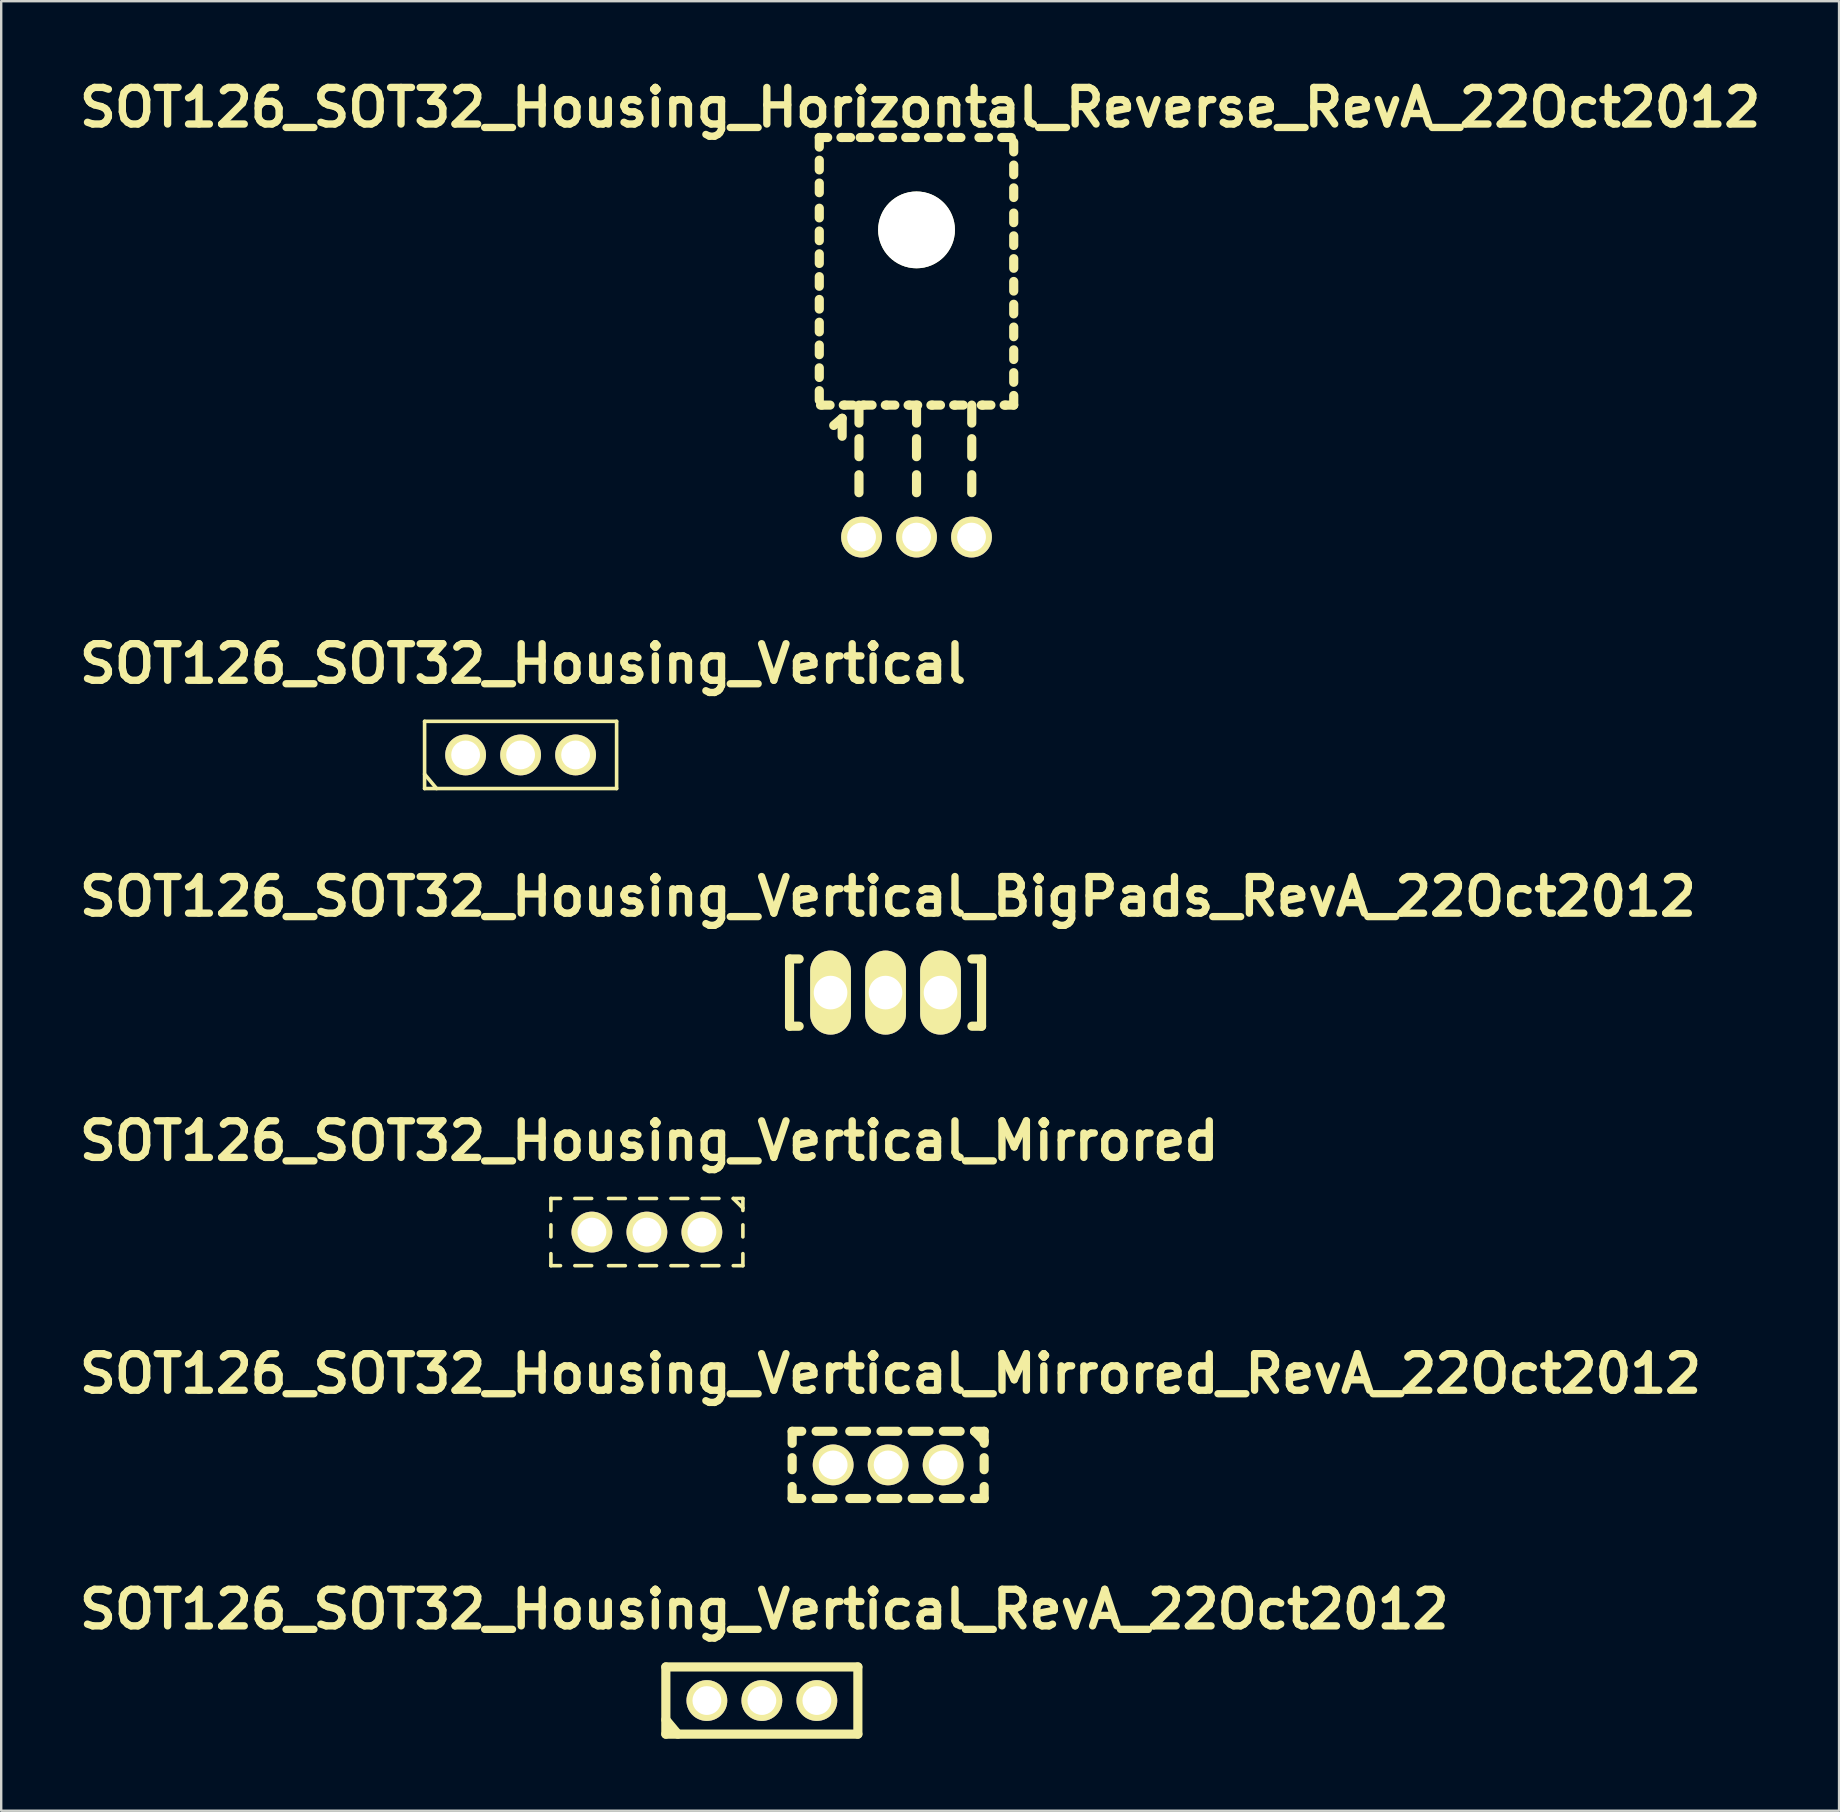
<source format=kicad_pcb>
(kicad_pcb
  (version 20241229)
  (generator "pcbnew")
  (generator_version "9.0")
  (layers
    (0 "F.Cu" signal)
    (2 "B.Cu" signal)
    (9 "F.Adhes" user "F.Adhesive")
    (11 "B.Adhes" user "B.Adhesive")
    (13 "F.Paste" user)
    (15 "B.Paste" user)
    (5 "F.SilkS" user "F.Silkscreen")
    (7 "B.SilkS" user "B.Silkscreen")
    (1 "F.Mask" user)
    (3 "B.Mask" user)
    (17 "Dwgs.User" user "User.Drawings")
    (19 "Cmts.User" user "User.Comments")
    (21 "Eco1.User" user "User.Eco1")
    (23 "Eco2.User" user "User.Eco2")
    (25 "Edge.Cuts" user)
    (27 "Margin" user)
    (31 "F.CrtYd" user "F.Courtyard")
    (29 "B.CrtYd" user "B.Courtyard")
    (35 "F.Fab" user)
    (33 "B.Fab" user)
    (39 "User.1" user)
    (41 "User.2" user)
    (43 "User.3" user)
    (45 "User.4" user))
  (footprint "SOT126_SOT32_Housing_Horizontal_Reverse_RevA_22Oct2012"
    (layer "F.Cu")
    (at 35.134 19.326)
    (property "Reference" "SOT126_SOT32_Housing_Horizontal_Reverse_RevA_22Oct2012" (at 0.15 -17.899 0) (layer "F.SilkS") (effects (font (size 1.524 1.524) (thickness 0.305))))
    (attr through_hole)
    (fp_line (start -4.051 -16.248) (end -4.051 -16.65) (stroke (width 0.381) (type solid)) (layer "F.SilkS"))
    (fp_line (start -4.051 -15.298) (end -4.051 -15.7) (stroke (width 0.381) (type solid)) (layer "F.SilkS"))
    (fp_line (start -4.051 -14.348) (end -4.051 -14.75) (stroke (width 0.381) (type solid)) (layer "F.SilkS"))
    (fp_line (start -4.051 -13.299) (end -4.051 -13.701) (stroke (width 0.381) (type solid)) (layer "F.SilkS"))
    (fp_line (start -4.051 -12.349) (end -4.051 -12.751) (stroke (width 0.381) (type solid)) (layer "F.SilkS"))
    (fp_line (start -4.051 -11.4) (end -4.051 -11.801) (stroke (width 0.381) (type solid)) (layer "F.SilkS"))
    (fp_line (start -4.051 -10.45) (end -4.051 -10.851) (stroke (width 0.381) (type solid)) (layer "F.SilkS"))
    (fp_line (start -4.051 -9.5) (end -4.051 -9.901) (stroke (width 0.381) (type solid)) (layer "F.SilkS"))
    (fp_line (start -4.051 -8.55) (end -4.051 -8.951) (stroke (width 0.381) (type solid)) (layer "F.SilkS"))
    (fp_line (start -4.051 -7.6) (end -4.051 -8.001) (stroke (width 0.381) (type solid)) (layer "F.SilkS"))
    (fp_line (start -4.051 -6.65) (end -4.051 -7.051) (stroke (width 0.381) (type solid)) (layer "F.SilkS"))
    (fp_line (start -4.051 -5.7) (end -4.051 -6.101) (stroke (width 0.381) (type solid)) (layer "F.SilkS"))
    (fp_line (start -3.95 -5.499) (end -4 -5.499) (stroke (width 0.381) (type solid)) (layer "F.SilkS"))
    (fp_line (start -3.701 -16.647) (end -4.049 -16.647) (stroke (width 0.381) (type solid)) (layer "F.SilkS"))
    (fp_line (start -3.602 -5.499) (end -3.95 -5.499) (stroke (width 0.381) (type solid)) (layer "F.SilkS"))
    (fp_line (start -3.449 -4.651) (end -3.099 -4.95) (stroke (width 0.381) (type solid)) (layer "F.SilkS"))
    (fp_line (start -3.099 -16.647) (end -3.15 -16.647) (stroke (width 0.381) (type solid)) (layer "F.SilkS"))
    (fp_line (start -3.099 -4.95) (end -3.099 -4.201) (stroke (width 0.381) (type solid)) (layer "F.SilkS"))
    (fp_line (start -3 -5.499) (end -3.051 -5.499) (stroke (width 0.381) (type solid)) (layer "F.SilkS"))
    (fp_line (start -2.751 -16.647) (end -3.099 -16.647) (stroke (width 0.381) (type solid)) (layer "F.SilkS"))
    (fp_line (start -2.652 -5.499) (end -3 -5.499) (stroke (width 0.381) (type solid)) (layer "F.SilkS"))
    (fp_line (start -2.398 -5.499) (end -2.398 -4.75) (stroke (width 0.381) (type solid)) (layer "F.SilkS"))
    (fp_line (start -2.398 -4.1) (end -2.398 -3.35) (stroke (width 0.381) (type solid)) (layer "F.SilkS"))
    (fp_line (start -2.398 -2.598) (end -2.398 -1.849) (stroke (width 0.381) (type solid)) (layer "F.SilkS"))
    (fp_line (start -2.299 -16.647) (end -2.349 -16.647) (stroke (width 0.381) (type solid)) (layer "F.SilkS"))
    (fp_line (start -2.2 -5.499) (end -2.25 -5.499) (stroke (width 0.381) (type solid)) (layer "F.SilkS"))
    (fp_line (start -1.951 -16.647) (end -2.299 -16.647) (stroke (width 0.381) (type solid)) (layer "F.SilkS"))
    (fp_line (start -1.852 -5.499) (end -2.2 -5.499) (stroke (width 0.381) (type solid)) (layer "F.SilkS"))
    (fp_line (start -1.349 -16.647) (end -1.4 -16.647) (stroke (width 0.381) (type solid)) (layer "F.SilkS"))
    (fp_line (start -1.25 -5.499) (end -1.3 -5.499) (stroke (width 0.381) (type solid)) (layer "F.SilkS"))
    (fp_line (start -1.001 -16.647) (end -1.349 -16.647) (stroke (width 0.381) (type solid)) (layer "F.SilkS"))
    (fp_line (start -0.902 -5.499) (end -1.25 -5.499) (stroke (width 0.381) (type solid)) (layer "F.SilkS"))
    (fp_line (start -0.399 -16.647) (end -0.45 -16.647) (stroke (width 0.381) (type solid)) (layer "F.SilkS"))
    (fp_line (start -0.3 -5.499) (end -0.351 -5.499) (stroke (width 0.381) (type solid)) (layer "F.SilkS"))
    (fp_line (start -0.051 -16.647) (end -0.399 -16.647) (stroke (width 0.381) (type solid)) (layer "F.SilkS"))
    (fp_line (start 0 -5.499) (end 0 -4.75) (stroke (width 0.381) (type solid)) (layer "F.SilkS"))
    (fp_line (start 0 -4.1) (end 0 -3.35) (stroke (width 0.381) (type solid)) (layer "F.SilkS"))
    (fp_line (start 0 -2.598) (end 0 -1.849) (stroke (width 0.381) (type solid)) (layer "F.SilkS"))
    (fp_line (start 0.048 -5.499) (end -0.3 -5.499) (stroke (width 0.381) (type solid)) (layer "F.SilkS"))
    (fp_line (start 0.551 -16.647) (end 0.5 -16.647) (stroke (width 0.381) (type solid)) (layer "F.SilkS"))
    (fp_line (start 0.65 -5.499) (end 0.599 -5.499) (stroke (width 0.381) (type solid)) (layer "F.SilkS"))
    (fp_line (start 0.899 -16.647) (end 0.551 -16.647) (stroke (width 0.381) (type solid)) (layer "F.SilkS"))
    (fp_line (start 0.998 -5.499) (end 0.65 -5.499) (stroke (width 0.381) (type solid)) (layer "F.SilkS"))
    (fp_line (start 1.501 -16.647) (end 1.45 -16.647) (stroke (width 0.381) (type solid)) (layer "F.SilkS"))
    (fp_line (start 1.6 -5.499) (end 1.549 -5.499) (stroke (width 0.381) (type solid)) (layer "F.SilkS"))
    (fp_line (start 1.849 -16.647) (end 1.501 -16.647) (stroke (width 0.381) (type solid)) (layer "F.SilkS"))
    (fp_line (start 1.948 -5.499) (end 1.6 -5.499) (stroke (width 0.381) (type solid)) (layer "F.SilkS"))
    (fp_line (start 2.301 -5.499) (end 2.301 -4.75) (stroke (width 0.381) (type solid)) (layer "F.SilkS"))
    (fp_line (start 2.301 -4.1) (end 2.301 -3.35) (stroke (width 0.381) (type solid)) (layer "F.SilkS"))
    (fp_line (start 2.301 -2.598) (end 2.301 -1.849) (stroke (width 0.381) (type solid)) (layer "F.SilkS"))
    (fp_line (start 2.652 -16.647) (end 2.601 -16.647) (stroke (width 0.381) (type solid)) (layer "F.SilkS"))
    (fp_line (start 2.751 -5.499) (end 2.7 -5.499) (stroke (width 0.381) (type solid)) (layer "F.SilkS"))
    (fp_line (start 3 -16.647) (end 2.652 -16.647) (stroke (width 0.381) (type solid)) (layer "F.SilkS"))
    (fp_line (start 3.099 -5.499) (end 2.751 -5.499) (stroke (width 0.381) (type solid)) (layer "F.SilkS"))
    (fp_line (start 3.602 -16.647) (end 3.551 -16.647) (stroke (width 0.381) (type solid)) (layer "F.SilkS"))
    (fp_line (start 3.701 -5.499) (end 3.65 -5.499) (stroke (width 0.381) (type solid)) (layer "F.SilkS"))
    (fp_line (start 3.95 -16.647) (end 3.602 -16.647) (stroke (width 0.381) (type solid)) (layer "F.SilkS"))
    (fp_line (start 4.049 -16.048) (end 4.049 -16.449) (stroke (width 0.381) (type solid)) (layer "F.SilkS"))
    (fp_line (start 4.049 -15.098) (end 4.049 -15.499) (stroke (width 0.381) (type solid)) (layer "F.SilkS"))
    (fp_line (start 4.049 -14.148) (end 4.049 -14.549) (stroke (width 0.381) (type solid)) (layer "F.SilkS"))
    (fp_line (start 4.049 -13.099) (end 4.049 -13.5) (stroke (width 0.381) (type solid)) (layer "F.SilkS"))
    (fp_line (start 4.049 -12.149) (end 4.049 -12.55) (stroke (width 0.381) (type solid)) (layer "F.SilkS"))
    (fp_line (start 4.049 -11.199) (end 4.049 -11.6) (stroke (width 0.381) (type solid)) (layer "F.SilkS"))
    (fp_line (start 4.049 -10.249) (end 4.049 -10.65) (stroke (width 0.381) (type solid)) (layer "F.SilkS"))
    (fp_line (start 4.049 -9.299) (end 4.049 -9.7) (stroke (width 0.381) (type solid)) (layer "F.SilkS"))
    (fp_line (start 4.049 -8.349) (end 4.049 -8.75) (stroke (width 0.381) (type solid)) (layer "F.SilkS"))
    (fp_line (start 4.049 -7.399) (end 4.049 -7.8) (stroke (width 0.381) (type solid)) (layer "F.SilkS"))
    (fp_line (start 4.049 -6.449) (end 4.049 -6.85) (stroke (width 0.381) (type solid)) (layer "F.SilkS"))
    (fp_line (start 4.049 -5.499) (end 3.701 -5.499) (stroke (width 0.381) (type solid)) (layer "F.SilkS"))
    (fp_line (start 4.049 -5.499) (end 4.049 -5.9) (stroke (width 0.381) (type solid)) (layer "F.SilkS"))
    (pad "" np_thru_hole circle (at 0 -12.799) (size 3.2 3.2) (drill 3.2) (layers "*.Cu" "*.Mask" "F.SilkS"))
    (pad "1" thru_hole circle (at -2.291 0) (size 1.699 1.699) (drill 1.199) (layers "*.Cu" "*.Mask" "F.SilkS"))
    (pad "2" thru_hole circle (at 0 0) (size 1.699 1.699) (drill 1.199) (layers "*.Cu" "*.Mask" "F.SilkS"))
    (pad "3" thru_hole circle (at 2.291 0) (size 1.699 1.699) (drill 1.199) (layers "*.Cu" "*.Mask" "F.SilkS")))
  (footprint "SOT126_SOT32_Housing_Vertical"
    (layer "F.Cu")
    (at 18.639 28.402)
    (property "Reference" "SOT126_SOT32_Housing_Vertical" (at 0.099 -3.8 0) (layer "F.SilkS") (effects (font (size 1.524 1.524) (thickness 0.305))))
    (attr through_hole)
    (fp_line (start -4 -1.4) (end -4 1.4) (stroke (width 0.15) (type solid)) (layer "F.SilkS"))
    (fp_line (start -4 -1.4) (end 4 -1.4) (stroke (width 0.15) (type solid)) (layer "F.SilkS"))
    (fp_line (start -4 0.8) (end -3.5 1.4) (stroke (width 0.15) (type solid)) (layer "F.SilkS"))
    (fp_line (start -4 1.4) (end 4 1.4) (stroke (width 0.15) (type solid)) (layer "F.SilkS"))
    (fp_line (start 4 -1.4) (end 4 1.4) (stroke (width 0.15) (type solid)) (layer "F.SilkS"))
    (pad "1" thru_hole circle (at -2.291 0) (size 1.699 1.699) (drill 1.199) (layers "*.Cu" "*.Mask" "F.SilkS"))
    (pad "2" thru_hole circle (at 0 0) (size 1.699 1.699) (drill 1.199) (layers "*.Cu" "*.Mask" "F.SilkS"))
    (pad "3" thru_hole circle (at 2.291 0) (size 1.699 1.699) (drill 1.199) (layers "*.Cu" "*.Mask" "F.SilkS")))
  (footprint "SOT126_SOT32_Housing_Vertical_BigPads_RevA_22Oct2012"
    (layer "F.Cu")
    (at 33.843 38.303)
    (property "Reference" "SOT126_SOT32_Housing_Vertical_BigPads_RevA_22Oct2012" (at 0.099 -4 0) (layer "F.SilkS") (effects (font (size 1.524 1.524) (thickness 0.305))))
    (attr through_hole)
    (fp_line (start -4 -1.4) (end -4 1.4) (stroke (width 0.381) (type solid)) (layer "F.SilkS"))
    (fp_line (start -4 -1.4) (end -3.599 -1.4) (stroke (width 0.381) (type solid)) (layer "F.SilkS"))
    (fp_line (start -4 1.4) (end -3.599 1.4) (stroke (width 0.381) (type solid)) (layer "F.SilkS"))
    (fp_line (start 4 -1.4) (end 3.599 -1.4) (stroke (width 0.381) (type solid)) (layer "F.SilkS"))
    (fp_line (start 4 -1.4) (end 4 1.4) (stroke (width 0.381) (type solid)) (layer "F.SilkS"))
    (fp_line (start 4 1.4) (end 3.599 1.4) (stroke (width 0.381) (type solid)) (layer "F.SilkS"))
    (pad "1" thru_hole oval (at -2.291 0) (size 1.699 3.5) (drill 1.4) (layers "*.Cu" "*.Mask" "F.SilkS"))
    (pad "2" thru_hole oval (at 0 0) (size 1.699 3.5) (drill 1.4) (layers "*.Cu" "*.Mask" "F.SilkS"))
    (pad "3" thru_hole oval (at 2.291 0) (size 1.699 3.5) (drill 1.4) (layers "*.Cu" "*.Mask" "F.SilkS")))
  (footprint "SOT126_SOT32_Housing_Vertical_Mirrored"
    (layer "F.Cu")
    (at 23.9 48.28)
    (property "Reference" "SOT126_SOT32_Housing_Vertical_Mirrored" (at 0.099 -3.8 0) (layer "F.SilkS") (effects (font (size 1.524 1.524) (thickness 0.305))))
    (attr through_hole)
    (fp_line (start -4 -1.4) (end -3.599 -1.4) (stroke (width 0.15) (type solid)) (layer "F.SilkS"))
    (fp_line (start -4 1.4) (end -3.599 1.4) (stroke (width 0.15) (type solid)) (layer "F.SilkS"))
    (fp_line (start -3.998 -1.4) (end -3.998 -0.899) (stroke (width 0.15) (type solid)) (layer "F.SilkS"))
    (fp_line (start -3.998 -0.3) (end -3.998 0.201) (stroke (width 0.15) (type solid)) (layer "F.SilkS"))
    (fp_line (start -3.998 1.4) (end -3.998 0.899) (stroke (width 0.15) (type solid)) (layer "F.SilkS"))
    (fp_line (start -3 -1.4) (end -2.301 -1.4) (stroke (width 0.15) (type solid)) (layer "F.SilkS"))
    (fp_line (start -3 1.4) (end -2.301 1.4) (stroke (width 0.15) (type solid)) (layer "F.SilkS"))
    (fp_line (start -0.899 -1.4) (end -1.598 -1.4) (stroke (width 0.15) (type solid)) (layer "F.SilkS"))
    (fp_line (start -0.899 1.4) (end -1.598 1.4) (stroke (width 0.15) (type solid)) (layer "F.SilkS"))
    (fp_line (start 0.401 -1.4) (end -0.297 -1.4) (stroke (width 0.15) (type solid)) (layer "F.SilkS"))
    (fp_line (start 0.401 1.4) (end -0.297 1.4) (stroke (width 0.15) (type solid)) (layer "F.SilkS"))
    (fp_line (start 1.702 -1.4) (end 1.003 -1.4) (stroke (width 0.15) (type solid)) (layer "F.SilkS"))
    (fp_line (start 1.702 1.4) (end 1.003 1.4) (stroke (width 0.15) (type solid)) (layer "F.SilkS"))
    (fp_line (start 3 -1.4) (end 2.301 -1.4) (stroke (width 0.15) (type solid)) (layer "F.SilkS"))
    (fp_line (start 3 1.4) (end 2.301 1.4) (stroke (width 0.15) (type solid)) (layer "F.SilkS"))
    (fp_line (start 3.599 -1.4) (end 4 -1.001) (stroke (width 0.15) (type solid)) (layer "F.SilkS"))
    (fp_line (start 4 -1.4) (end 3.599 -1.4) (stroke (width 0.15) (type solid)) (layer "F.SilkS"))
    (fp_line (start 4 -1.4) (end 4 -0.899) (stroke (width 0.15) (type solid)) (layer "F.SilkS"))
    (fp_line (start 4 -0.3) (end 4 0.201) (stroke (width 0.15) (type solid)) (layer "F.SilkS"))
    (fp_line (start 4 1.4) (end 3.599 1.4) (stroke (width 0.15) (type solid)) (layer "F.SilkS"))
    (fp_line (start 4 1.4) (end 4 0.899) (stroke (width 0.15) (type solid)) (layer "F.SilkS"))
    (pad "1" thru_hole circle (at 2.291 0) (size 1.699 1.699) (drill 1.199) (layers "*.Cu" "*.Mask" "F.SilkS"))
    (pad "2" thru_hole circle (at 0 0) (size 1.699 1.699) (drill 1.199) (layers "*.Cu" "*.Mask" "F.SilkS"))
    (pad "3" thru_hole circle (at -2.291 0) (size 1.699 1.699) (drill 1.199) (layers "*.Cu" "*.Mask" "F.SilkS")))
  (footprint "SOT126_SOT32_Housing_Vertical_RevA_22Oct2012"
    (layer "F.Cu")
    (at 28.69 67.797)
    (property "Reference" "SOT126_SOT32_Housing_Vertical_RevA_22Oct2012" (at 0.099 -3.8 0) (layer "F.SilkS") (effects (font (size 1.524 1.524) (thickness 0.305))))
    (attr through_hole)
    (fp_line (start -4 -1.4) (end -4 1.4) (stroke (width 0.381) (type solid)) (layer "F.SilkS"))
    (fp_line (start -4 -1.4) (end 4 -1.4) (stroke (width 0.381) (type solid)) (layer "F.SilkS"))
    (fp_line (start -4 0.8) (end -3.5 1.4) (stroke (width 0.381) (type solid)) (layer "F.SilkS"))
    (fp_line (start -4 1.4) (end 4 1.4) (stroke (width 0.381) (type solid)) (layer "F.SilkS"))
    (fp_line (start 4 -1.4) (end 4 1.4) (stroke (width 0.381) (type solid)) (layer "F.SilkS"))
    (pad "1" thru_hole circle (at -2.291 0) (size 1.699 1.699) (drill 1.199) (layers "*.Cu" "*.Mask" "F.SilkS"))
    (pad "2" thru_hole circle (at 0 0) (size 1.699 1.699) (drill 1.199) (layers "*.Cu" "*.Mask" "F.SilkS"))
    (pad "3" thru_hole circle (at 2.291 0) (size 1.699 1.699) (drill 1.199) (layers "*.Cu" "*.Mask" "F.SilkS")))
  (footprint "SOT126_SOT32_Housing_Vertical_Mirrored_RevA_22Oct2012"
    (layer "F.Cu")
    (at 33.951 57.98)
    (property "Reference" "SOT126_SOT32_Housing_Vertical_Mirrored_RevA_22Oct2012" (at 0.099 -3.8 0) (layer "F.SilkS") (effects (font (size 1.524 1.524) (thickness 0.305))))
    (attr through_hole)
    (fp_line (start -4 -1.4) (end -3.599 -1.4) (stroke (width 0.381) (type solid)) (layer "F.SilkS"))
    (fp_line (start -4 1.4) (end -3.599 1.4) (stroke (width 0.381) (type solid)) (layer "F.SilkS"))
    (fp_line (start -3.998 -1.4) (end -3.998 -0.899) (stroke (width 0.381) (type solid)) (layer "F.SilkS"))
    (fp_line (start -3.998 -0.3) (end -3.998 0.201) (stroke (width 0.381) (type solid)) (layer "F.SilkS"))
    (fp_line (start -3.998 1.4) (end -3.998 0.899) (stroke (width 0.381) (type solid)) (layer "F.SilkS"))
    (fp_line (start -3 -1.4) (end -2.301 -1.4) (stroke (width 0.381) (type solid)) (layer "F.SilkS"))
    (fp_line (start -3 1.4) (end -2.301 1.4) (stroke (width 0.381) (type solid)) (layer "F.SilkS"))
    (fp_line (start -0.899 -1.4) (end -1.598 -1.4) (stroke (width 0.381) (type solid)) (layer "F.SilkS"))
    (fp_line (start -0.899 1.4) (end -1.598 1.4) (stroke (width 0.381) (type solid)) (layer "F.SilkS"))
    (fp_line (start 0.401 -1.4) (end -0.297 -1.4) (stroke (width 0.381) (type solid)) (layer "F.SilkS"))
    (fp_line (start 0.401 1.4) (end -0.297 1.4) (stroke (width 0.381) (type solid)) (layer "F.SilkS"))
    (fp_line (start 1.702 -1.4) (end 1.003 -1.4) (stroke (width 0.381) (type solid)) (layer "F.SilkS"))
    (fp_line (start 1.702 1.4) (end 1.003 1.4) (stroke (width 0.381) (type solid)) (layer "F.SilkS"))
    (fp_line (start 3 -1.4) (end 2.301 -1.4) (stroke (width 0.381) (type solid)) (layer "F.SilkS"))
    (fp_line (start 3 1.4) (end 2.301 1.4) (stroke (width 0.381) (type solid)) (layer "F.SilkS"))
    (fp_line (start 3.599 -1.4) (end 4 -1.001) (stroke (width 0.381) (type solid)) (layer "F.SilkS"))
    (fp_line (start 4 -1.4) (end 3.599 -1.4) (stroke (width 0.381) (type solid)) (layer "F.SilkS"))
    (fp_line (start 4 -1.4) (end 4 -0.899) (stroke (width 0.381) (type solid)) (layer "F.SilkS"))
    (fp_line (start 4 -0.3) (end 4 0.201) (stroke (width 0.381) (type solid)) (layer "F.SilkS"))
    (fp_line (start 4 1.4) (end 3.599 1.4) (stroke (width 0.381) (type solid)) (layer "F.SilkS"))
    (fp_line (start 4 1.4) (end 4 0.899) (stroke (width 0.381) (type solid)) (layer "F.SilkS"))
    (pad "1" thru_hole circle (at 2.291 0) (size 1.699 1.699) (drill 1.199) (layers "*.Cu" "*.Mask" "F.SilkS"))
    (pad "2" thru_hole circle (at 0 0) (size 1.699 1.699) (drill 1.199) (layers "*.Cu" "*.Mask" "F.SilkS"))
    (pad "3" thru_hole circle (at -2.291 0) (size 1.699 1.699) (drill 1.199) (layers "*.Cu" "*.Mask" "F.SilkS")))
  (gr_rect
    (start -3 -3)
    (end 73.568 72.387)
    (stroke (width 0.1) (type default))
    (fill no)
    (layer "Edge.Cuts")))
</source>
